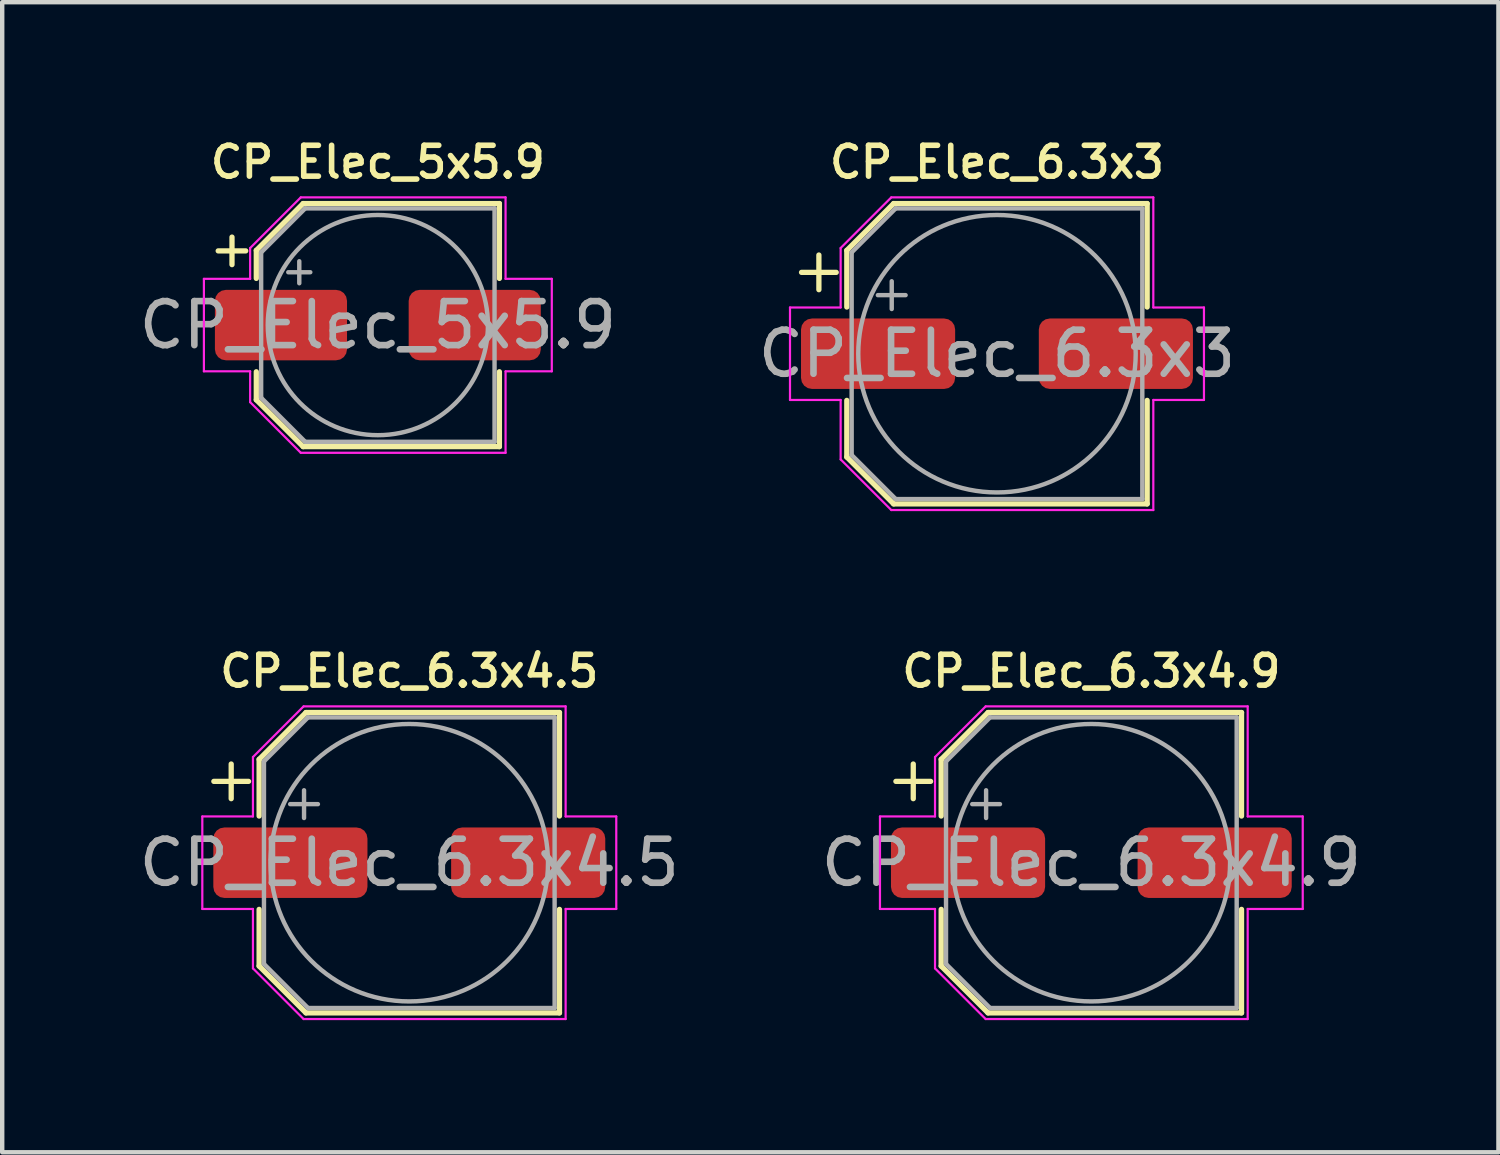
<source format=kicad_pcb>
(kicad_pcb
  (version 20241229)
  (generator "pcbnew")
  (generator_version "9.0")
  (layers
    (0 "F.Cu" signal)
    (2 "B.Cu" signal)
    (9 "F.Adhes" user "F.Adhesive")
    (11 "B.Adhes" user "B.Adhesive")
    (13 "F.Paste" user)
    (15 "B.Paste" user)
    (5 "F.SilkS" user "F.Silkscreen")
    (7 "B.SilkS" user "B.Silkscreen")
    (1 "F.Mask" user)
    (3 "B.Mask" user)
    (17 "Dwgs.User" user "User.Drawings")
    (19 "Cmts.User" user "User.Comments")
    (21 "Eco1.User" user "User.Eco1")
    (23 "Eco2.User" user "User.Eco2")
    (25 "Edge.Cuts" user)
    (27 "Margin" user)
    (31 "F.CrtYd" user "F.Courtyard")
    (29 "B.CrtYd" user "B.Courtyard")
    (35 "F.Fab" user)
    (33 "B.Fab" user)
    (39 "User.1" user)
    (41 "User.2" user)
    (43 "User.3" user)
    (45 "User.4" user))
  (footprint "CP_Elec_5x5.9"
    (layer "F.Cu")
    (at 5.53 4.332)
    (property "Reference" "CP_Elec_5x5.9" (at 0 -3.7 0) (layer "F.SilkS") (effects (font (size 0.7 0.7) (thickness 0.127))))
    (attr smd)
    (fp_line (start -3.625 -1.685) (end -3 -1.685) (stroke (width 0.12) (type solid)) (layer "F.SilkS"))
    (fp_line (start -3.312 -1.998) (end -3.312 -1.373) (stroke (width 0.12) (type solid)) (layer "F.SilkS"))
    (fp_line (start -2.76 -1.696) (end -2.76 -1.06) (stroke (width 0.12) (type solid)) (layer "F.SilkS"))
    (fp_line (start -2.76 -1.696) (end -1.696 -2.76) (stroke (width 0.12) (type solid)) (layer "F.SilkS"))
    (fp_line (start -2.76 1.696) (end -2.76 1.06) (stroke (width 0.12) (type solid)) (layer "F.SilkS"))
    (fp_line (start -2.76 1.696) (end -1.696 2.76) (stroke (width 0.12) (type solid)) (layer "F.SilkS"))
    (fp_line (start -1.696 -2.76) (end 2.76 -2.76) (stroke (width 0.12) (type solid)) (layer "F.SilkS"))
    (fp_line (start -1.696 2.76) (end 2.76 2.76) (stroke (width 0.12) (type solid)) (layer "F.SilkS"))
    (fp_line (start 2.76 -2.76) (end 2.76 -1.06) (stroke (width 0.12) (type solid)) (layer "F.SilkS"))
    (fp_line (start 2.76 2.76) (end 2.76 1.06) (stroke (width 0.12) (type solid)) (layer "F.SilkS"))
    (fp_line (start -3.95 -1.05) (end -3.95 1.05) (stroke (width 0.05) (type solid)) (layer "F.CrtYd"))
    (fp_line (start -3.95 1.05) (end -2.9 1.05) (stroke (width 0.05) (type solid)) (layer "F.CrtYd"))
    (fp_line (start -2.9 -1.75) (end -2.9 -1.05) (stroke (width 0.05) (type solid)) (layer "F.CrtYd"))
    (fp_line (start -2.9 -1.75) (end -1.75 -2.9) (stroke (width 0.05) (type solid)) (layer "F.CrtYd"))
    (fp_line (start -2.9 -1.05) (end -3.95 -1.05) (stroke (width 0.05) (type solid)) (layer "F.CrtYd"))
    (fp_line (start -2.9 1.05) (end -2.9 1.75) (stroke (width 0.05) (type solid)) (layer "F.CrtYd"))
    (fp_line (start -2.9 1.75) (end -1.75 2.9) (stroke (width 0.05) (type solid)) (layer "F.CrtYd"))
    (fp_line (start -1.75 -2.9) (end 2.9 -2.9) (stroke (width 0.05) (type solid)) (layer "F.CrtYd"))
    (fp_line (start -1.75 2.9) (end 2.9 2.9) (stroke (width 0.05) (type solid)) (layer "F.CrtYd"))
    (fp_line (start 2.9 -2.9) (end 2.9 -1.05) (stroke (width 0.05) (type solid)) (layer "F.CrtYd"))
    (fp_line (start 2.9 -1.05) (end 3.95 -1.05) (stroke (width 0.05) (type solid)) (layer "F.CrtYd"))
    (fp_line (start 2.9 1.05) (end 2.9 2.9) (stroke (width 0.05) (type solid)) (layer "F.CrtYd"))
    (fp_line (start 3.95 -1.05) (end 3.95 1.05) (stroke (width 0.05) (type solid)) (layer "F.CrtYd"))
    (fp_line (start 3.95 1.05) (end 2.9 1.05) (stroke (width 0.05) (type solid)) (layer "F.CrtYd"))
    (fp_line (start -2.65 -1.65) (end -2.65 1.65) (stroke (width 0.1) (type solid)) (layer "F.Fab"))
    (fp_line (start -2.65 -1.65) (end -1.65 -2.65) (stroke (width 0.1) (type solid)) (layer "F.Fab"))
    (fp_line (start -2.65 1.65) (end -1.65 2.65) (stroke (width 0.1) (type solid)) (layer "F.Fab"))
    (fp_line (start -2.034 -1.2) (end -1.534 -1.2) (stroke (width 0.1) (type solid)) (layer "F.Fab"))
    (fp_line (start -1.784 -1.45) (end -1.784 -0.95) (stroke (width 0.1) (type solid)) (layer "F.Fab"))
    (fp_line (start -1.65 -2.65) (end 2.65 -2.65) (stroke (width 0.1) (type solid)) (layer "F.Fab"))
    (fp_line (start -1.65 2.65) (end 2.65 2.65) (stroke (width 0.1) (type solid)) (layer "F.Fab"))
    (fp_line (start 2.65 -2.65) (end 2.65 2.65) (stroke (width 0.1) (type solid)) (layer "F.Fab"))
    (fp_circle (center 0 0) (end 2.5 0) (stroke (width 0.1) (type solid)) (fill no) (layer "F.Fab"))
    (fp_text user "${REFERENCE}" (at 0 0 0) (layer "F.Fab") (effects (font (size 1 1) (thickness 0.15))))
    (pad "1" smd roundrect (at -2.2 0) (size 3 1.6) (layers "F.Cu" "F.Mask" "F.Paste") (roundrect_rratio 0.156))
    (pad "2" smd roundrect (at 2.2 0) (size 3 1.6) (layers "F.Cu" "F.Mask" "F.Paste") (roundrect_rratio 0.156)))
  (footprint "CP_Elec_6.3x4.5"
    (layer "F.Cu")
    (at 6.244 16.54)
    (property "Reference" "CP_Elec_6.3x4.5" (at 0 -4.35 0) (layer "F.SilkS") (effects (font (size 0.7 0.7) (thickness 0.127))))
    (attr smd)
    (fp_line (start -4.438 -1.847) (end -3.65 -1.847) (stroke (width 0.12) (type solid)) (layer "F.SilkS"))
    (fp_line (start -4.044 -2.241) (end -4.044 -1.454) (stroke (width 0.12) (type solid)) (layer "F.SilkS"))
    (fp_line (start -3.41 -2.346) (end -3.41 -1.06) (stroke (width 0.12) (type solid)) (layer "F.SilkS"))
    (fp_line (start -3.41 -2.346) (end -2.346 -3.41) (stroke (width 0.12) (type solid)) (layer "F.SilkS"))
    (fp_line (start -3.41 2.346) (end -3.41 1.06) (stroke (width 0.12) (type solid)) (layer "F.SilkS"))
    (fp_line (start -3.41 2.346) (end -2.346 3.41) (stroke (width 0.12) (type solid)) (layer "F.SilkS"))
    (fp_line (start -2.346 -3.41) (end 3.41 -3.41) (stroke (width 0.12) (type solid)) (layer "F.SilkS"))
    (fp_line (start -2.346 3.41) (end 3.41 3.41) (stroke (width 0.12) (type solid)) (layer "F.SilkS"))
    (fp_line (start 3.41 -3.41) (end 3.41 -1.06) (stroke (width 0.12) (type solid)) (layer "F.SilkS"))
    (fp_line (start 3.41 3.41) (end 3.41 1.06) (stroke (width 0.12) (type solid)) (layer "F.SilkS"))
    (fp_line (start -4.7 -1.05) (end -4.7 1.05) (stroke (width 0.05) (type solid)) (layer "F.CrtYd"))
    (fp_line (start -4.7 1.05) (end -3.55 1.05) (stroke (width 0.05) (type solid)) (layer "F.CrtYd"))
    (fp_line (start -3.55 -2.4) (end -3.55 -1.05) (stroke (width 0.05) (type solid)) (layer "F.CrtYd"))
    (fp_line (start -3.55 -2.4) (end -2.4 -3.55) (stroke (width 0.05) (type solid)) (layer "F.CrtYd"))
    (fp_line (start -3.55 -1.05) (end -4.7 -1.05) (stroke (width 0.05) (type solid)) (layer "F.CrtYd"))
    (fp_line (start -3.55 1.05) (end -3.55 2.4) (stroke (width 0.05) (type solid)) (layer "F.CrtYd"))
    (fp_line (start -3.55 2.4) (end -2.4 3.55) (stroke (width 0.05) (type solid)) (layer "F.CrtYd"))
    (fp_line (start -2.4 -3.55) (end 3.55 -3.55) (stroke (width 0.05) (type solid)) (layer "F.CrtYd"))
    (fp_line (start -2.4 3.55) (end 3.55 3.55) (stroke (width 0.05) (type solid)) (layer "F.CrtYd"))
    (fp_line (start 3.55 -3.55) (end 3.55 -1.05) (stroke (width 0.05) (type solid)) (layer "F.CrtYd"))
    (fp_line (start 3.55 -1.05) (end 4.7 -1.05) (stroke (width 0.05) (type solid)) (layer "F.CrtYd"))
    (fp_line (start 3.55 1.05) (end 3.55 3.55) (stroke (width 0.05) (type solid)) (layer "F.CrtYd"))
    (fp_line (start 4.7 -1.05) (end 4.7 1.05) (stroke (width 0.05) (type solid)) (layer "F.CrtYd"))
    (fp_line (start 4.7 1.05) (end 3.55 1.05) (stroke (width 0.05) (type solid)) (layer "F.CrtYd"))
    (fp_line (start -3.3 -2.3) (end -3.3 2.3) (stroke (width 0.1) (type solid)) (layer "F.Fab"))
    (fp_line (start -3.3 -2.3) (end -2.3 -3.3) (stroke (width 0.1) (type solid)) (layer "F.Fab"))
    (fp_line (start -3.3 2.3) (end -2.3 3.3) (stroke (width 0.1) (type solid)) (layer "F.Fab"))
    (fp_line (start -2.705 -1.33) (end -2.075 -1.33) (stroke (width 0.1) (type solid)) (layer "F.Fab"))
    (fp_line (start -2.39 -1.645) (end -2.39 -1.015) (stroke (width 0.1) (type solid)) (layer "F.Fab"))
    (fp_line (start -2.3 -3.3) (end 3.3 -3.3) (stroke (width 0.1) (type solid)) (layer "F.Fab"))
    (fp_line (start -2.3 3.3) (end 3.3 3.3) (stroke (width 0.1) (type solid)) (layer "F.Fab"))
    (fp_line (start 3.3 -3.3) (end 3.3 3.3) (stroke (width 0.1) (type solid)) (layer "F.Fab"))
    (fp_circle (center 0 0) (end 3.15 0) (stroke (width 0.1) (type solid)) (fill no) (layer "F.Fab"))
    (fp_text user "${REFERENCE}" (at 0 0 0) (layer "F.Fab") (effects (font (size 1 1) (thickness 0.15))))
    (pad "1" smd roundrect (at -2.7 0) (size 3.5 1.6) (layers "F.Cu" "F.Mask" "F.Paste") (roundrect_rratio 0.156))
    (pad "2" smd roundrect (at 2.7 0) (size 3.5 1.6) (layers "F.Cu" "F.Mask" "F.Paste") (roundrect_rratio 0.156)))
  (footprint "CP_Elec_6.3x3"
    (layer "F.Cu")
    (at 19.589 4.982)
    (property "Reference" "CP_Elec_6.3x3" (at 0 -4.35 0) (layer "F.SilkS") (effects (font (size 0.7 0.7) (thickness 0.127))))
    (attr smd)
    (fp_line (start -4.438 -1.847) (end -3.65 -1.847) (stroke (width 0.12) (type solid)) (layer "F.SilkS"))
    (fp_line (start -4.044 -2.241) (end -4.044 -1.454) (stroke (width 0.12) (type solid)) (layer "F.SilkS"))
    (fp_line (start -3.41 -2.346) (end -3.41 -1.06) (stroke (width 0.12) (type solid)) (layer "F.SilkS"))
    (fp_line (start -3.41 -2.346) (end -2.346 -3.41) (stroke (width 0.12) (type solid)) (layer "F.SilkS"))
    (fp_line (start -3.41 2.346) (end -3.41 1.06) (stroke (width 0.12) (type solid)) (layer "F.SilkS"))
    (fp_line (start -3.41 2.346) (end -2.346 3.41) (stroke (width 0.12) (type solid)) (layer "F.SilkS"))
    (fp_line (start -2.346 -3.41) (end 3.41 -3.41) (stroke (width 0.12) (type solid)) (layer "F.SilkS"))
    (fp_line (start -2.346 3.41) (end 3.41 3.41) (stroke (width 0.12) (type solid)) (layer "F.SilkS"))
    (fp_line (start 3.41 -3.41) (end 3.41 -1.06) (stroke (width 0.12) (type solid)) (layer "F.SilkS"))
    (fp_line (start 3.41 3.41) (end 3.41 1.06) (stroke (width 0.12) (type solid)) (layer "F.SilkS"))
    (fp_line (start -4.7 -1.05) (end -4.7 1.05) (stroke (width 0.05) (type solid)) (layer "F.CrtYd"))
    (fp_line (start -4.7 1.05) (end -3.55 1.05) (stroke (width 0.05) (type solid)) (layer "F.CrtYd"))
    (fp_line (start -3.55 -2.4) (end -3.55 -1.05) (stroke (width 0.05) (type solid)) (layer "F.CrtYd"))
    (fp_line (start -3.55 -2.4) (end -2.4 -3.55) (stroke (width 0.05) (type solid)) (layer "F.CrtYd"))
    (fp_line (start -3.55 -1.05) (end -4.7 -1.05) (stroke (width 0.05) (type solid)) (layer "F.CrtYd"))
    (fp_line (start -3.55 1.05) (end -3.55 2.4) (stroke (width 0.05) (type solid)) (layer "F.CrtYd"))
    (fp_line (start -3.55 2.4) (end -2.4 3.55) (stroke (width 0.05) (type solid)) (layer "F.CrtYd"))
    (fp_line (start -2.4 -3.55) (end 3.55 -3.55) (stroke (width 0.05) (type solid)) (layer "F.CrtYd"))
    (fp_line (start -2.4 3.55) (end 3.55 3.55) (stroke (width 0.05) (type solid)) (layer "F.CrtYd"))
    (fp_line (start 3.55 -3.55) (end 3.55 -1.05) (stroke (width 0.05) (type solid)) (layer "F.CrtYd"))
    (fp_line (start 3.55 -1.05) (end 4.7 -1.05) (stroke (width 0.05) (type solid)) (layer "F.CrtYd"))
    (fp_line (start 3.55 1.05) (end 3.55 3.55) (stroke (width 0.05) (type solid)) (layer "F.CrtYd"))
    (fp_line (start 4.7 -1.05) (end 4.7 1.05) (stroke (width 0.05) (type solid)) (layer "F.CrtYd"))
    (fp_line (start 4.7 1.05) (end 3.55 1.05) (stroke (width 0.05) (type solid)) (layer "F.CrtYd"))
    (fp_line (start -3.3 -2.3) (end -3.3 2.3) (stroke (width 0.1) (type solid)) (layer "F.Fab"))
    (fp_line (start -3.3 -2.3) (end -2.3 -3.3) (stroke (width 0.1) (type solid)) (layer "F.Fab"))
    (fp_line (start -3.3 2.3) (end -2.3 3.3) (stroke (width 0.1) (type solid)) (layer "F.Fab"))
    (fp_line (start -2.705 -1.33) (end -2.075 -1.33) (stroke (width 0.1) (type solid)) (layer "F.Fab"))
    (fp_line (start -2.39 -1.645) (end -2.39 -1.015) (stroke (width 0.1) (type solid)) (layer "F.Fab"))
    (fp_line (start -2.3 -3.3) (end 3.3 -3.3) (stroke (width 0.1) (type solid)) (layer "F.Fab"))
    (fp_line (start -2.3 3.3) (end 3.3 3.3) (stroke (width 0.1) (type solid)) (layer "F.Fab"))
    (fp_line (start 3.3 -3.3) (end 3.3 3.3) (stroke (width 0.1) (type solid)) (layer "F.Fab"))
    (fp_circle (center 0 0) (end 3.15 0) (stroke (width 0.1) (type solid)) (fill no) (layer "F.Fab"))
    (fp_text user "${REFERENCE}" (at 0 0 0) (layer "F.Fab") (effects (font (size 1 1) (thickness 0.15))))
    (pad "1" smd roundrect (at -2.7 0) (size 3.5 1.6) (layers "F.Cu" "F.Mask" "F.Paste") (roundrect_rratio 0.156))
    (pad "2" smd roundrect (at 2.7 0) (size 3.5 1.6) (layers "F.Cu" "F.Mask" "F.Paste") (roundrect_rratio 0.156)))
  (footprint "CP_Elec_6.3x4.9"
    (layer "F.Cu")
    (at 21.732 16.54)
    (property "Reference" "CP_Elec_6.3x4.9" (at 0 -4.35 0) (layer "F.SilkS") (effects (font (size 0.7 0.7) (thickness 0.127))))
    (attr smd)
    (fp_line (start -4.438 -1.847) (end -3.65 -1.847) (stroke (width 0.12) (type solid)) (layer "F.SilkS"))
    (fp_line (start -4.044 -2.241) (end -4.044 -1.454) (stroke (width 0.12) (type solid)) (layer "F.SilkS"))
    (fp_line (start -3.41 -2.346) (end -3.41 -1.06) (stroke (width 0.12) (type solid)) (layer "F.SilkS"))
    (fp_line (start -3.41 -2.346) (end -2.346 -3.41) (stroke (width 0.12) (type solid)) (layer "F.SilkS"))
    (fp_line (start -3.41 2.346) (end -3.41 1.06) (stroke (width 0.12) (type solid)) (layer "F.SilkS"))
    (fp_line (start -3.41 2.346) (end -2.346 3.41) (stroke (width 0.12) (type solid)) (layer "F.SilkS"))
    (fp_line (start -2.346 -3.41) (end 3.41 -3.41) (stroke (width 0.12) (type solid)) (layer "F.SilkS"))
    (fp_line (start -2.346 3.41) (end 3.41 3.41) (stroke (width 0.12) (type solid)) (layer "F.SilkS"))
    (fp_line (start 3.41 -3.41) (end 3.41 -1.06) (stroke (width 0.12) (type solid)) (layer "F.SilkS"))
    (fp_line (start 3.41 3.41) (end 3.41 1.06) (stroke (width 0.12) (type solid)) (layer "F.SilkS"))
    (fp_line (start -4.8 -1.05) (end -4.8 1.05) (stroke (width 0.05) (type solid)) (layer "F.CrtYd"))
    (fp_line (start -4.8 1.05) (end -3.55 1.05) (stroke (width 0.05) (type solid)) (layer "F.CrtYd"))
    (fp_line (start -3.55 -2.4) (end -3.55 -1.05) (stroke (width 0.05) (type solid)) (layer "F.CrtYd"))
    (fp_line (start -3.55 -2.4) (end -2.4 -3.55) (stroke (width 0.05) (type solid)) (layer "F.CrtYd"))
    (fp_line (start -3.55 -1.05) (end -4.8 -1.05) (stroke (width 0.05) (type solid)) (layer "F.CrtYd"))
    (fp_line (start -3.55 1.05) (end -3.55 2.4) (stroke (width 0.05) (type solid)) (layer "F.CrtYd"))
    (fp_line (start -3.55 2.4) (end -2.4 3.55) (stroke (width 0.05) (type solid)) (layer "F.CrtYd"))
    (fp_line (start -2.4 -3.55) (end 3.55 -3.55) (stroke (width 0.05) (type solid)) (layer "F.CrtYd"))
    (fp_line (start -2.4 3.55) (end 3.55 3.55) (stroke (width 0.05) (type solid)) (layer "F.CrtYd"))
    (fp_line (start 3.55 -3.55) (end 3.55 -1.05) (stroke (width 0.05) (type solid)) (layer "F.CrtYd"))
    (fp_line (start 3.55 -1.05) (end 4.8 -1.05) (stroke (width 0.05) (type solid)) (layer "F.CrtYd"))
    (fp_line (start 3.55 1.05) (end 3.55 3.55) (stroke (width 0.05) (type solid)) (layer "F.CrtYd"))
    (fp_line (start 4.8 -1.05) (end 4.8 1.05) (stroke (width 0.05) (type solid)) (layer "F.CrtYd"))
    (fp_line (start 4.8 1.05) (end 3.55 1.05) (stroke (width 0.05) (type solid)) (layer "F.CrtYd"))
    (fp_line (start -3.3 -2.3) (end -3.3 2.3) (stroke (width 0.1) (type solid)) (layer "F.Fab"))
    (fp_line (start -3.3 -2.3) (end -2.3 -3.3) (stroke (width 0.1) (type solid)) (layer "F.Fab"))
    (fp_line (start -3.3 2.3) (end -2.3 3.3) (stroke (width 0.1) (type solid)) (layer "F.Fab"))
    (fp_line (start -2.705 -1.33) (end -2.075 -1.33) (stroke (width 0.1) (type solid)) (layer "F.Fab"))
    (fp_line (start -2.39 -1.645) (end -2.39 -1.015) (stroke (width 0.1) (type solid)) (layer "F.Fab"))
    (fp_line (start -2.3 -3.3) (end 3.3 -3.3) (stroke (width 0.1) (type solid)) (layer "F.Fab"))
    (fp_line (start -2.3 3.3) (end 3.3 3.3) (stroke (width 0.1) (type solid)) (layer "F.Fab"))
    (fp_line (start 3.3 -3.3) (end 3.3 3.3) (stroke (width 0.1) (type solid)) (layer "F.Fab"))
    (fp_circle (center 0 0) (end 3.15 0) (stroke (width 0.1) (type solid)) (fill no) (layer "F.Fab"))
    (fp_text user "${REFERENCE}" (at 0 0 0) (layer "F.Fab") (effects (font (size 1 1) (thickness 0.15))))
    (pad "1" smd roundrect (at -2.8 0) (size 3.5 1.6) (layers "F.Cu" "F.Mask" "F.Paste") (roundrect_rratio 0.156))
    (pad "2" smd roundrect (at 2.8 0) (size 3.5 1.6) (layers "F.Cu" "F.Mask" "F.Paste") (roundrect_rratio 0.156)))
  (gr_rect
    (start -3 -3)
    (end 30.976 23.115)
    (stroke (width 0.1) (type default))
    (fill no)
    (layer "Edge.Cuts")))
</source>
